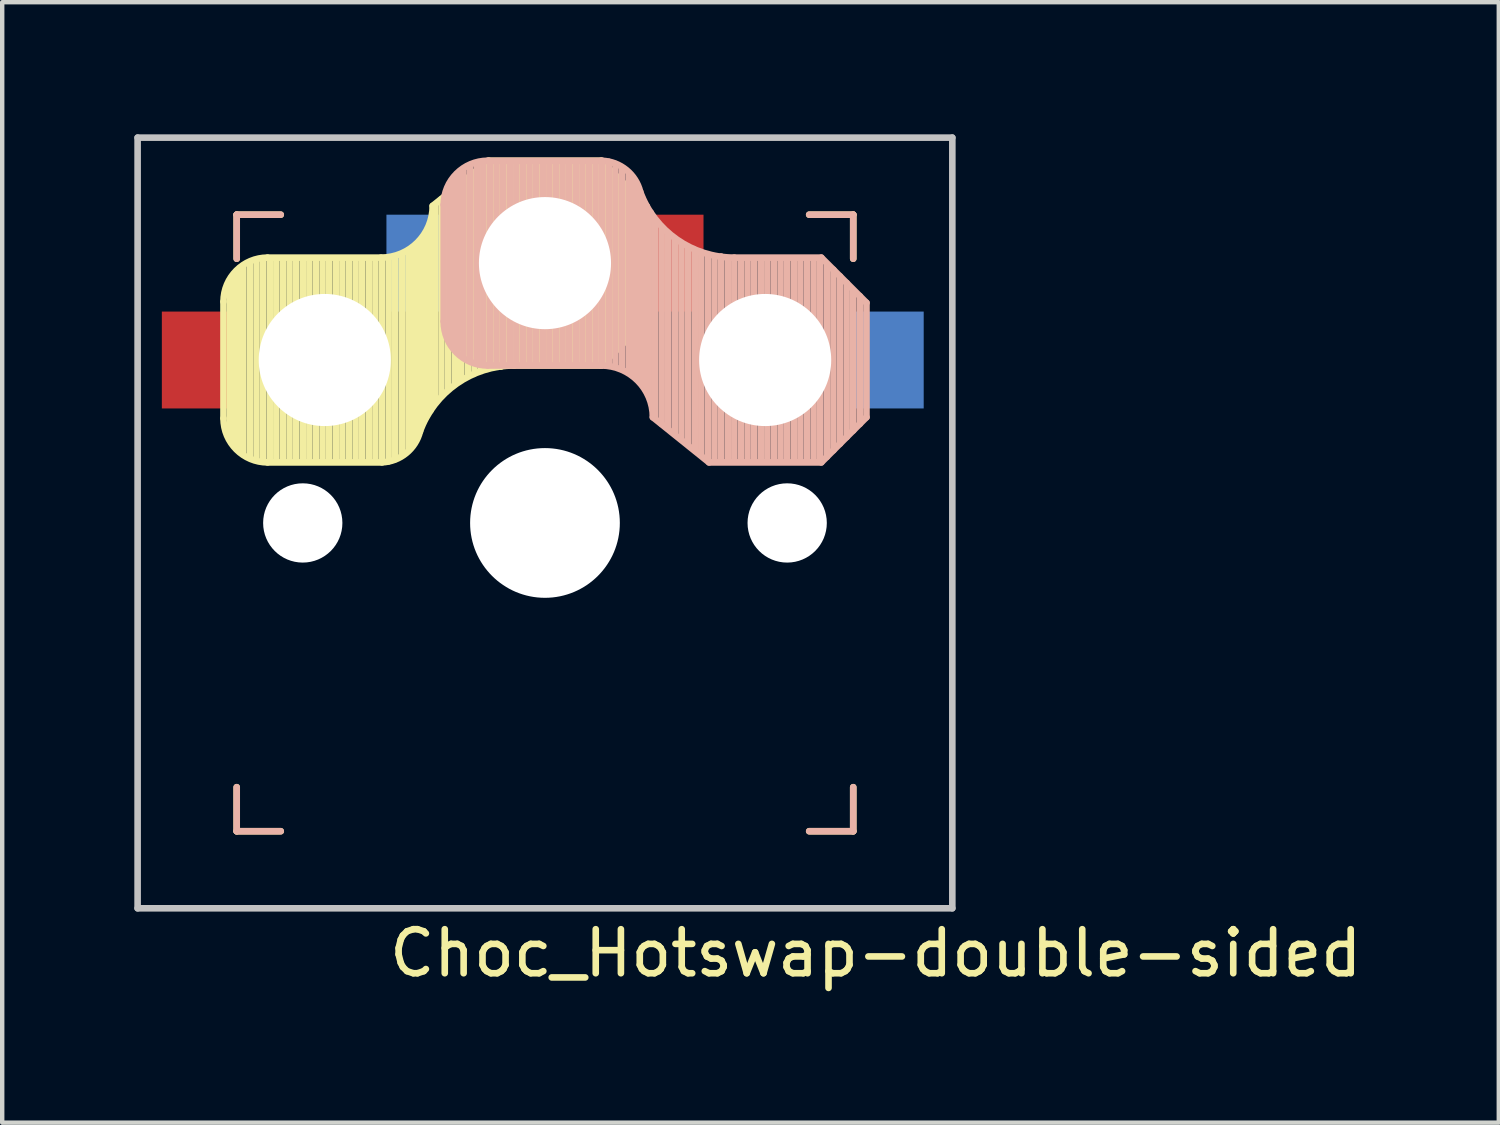
<source format=kicad_pcb>
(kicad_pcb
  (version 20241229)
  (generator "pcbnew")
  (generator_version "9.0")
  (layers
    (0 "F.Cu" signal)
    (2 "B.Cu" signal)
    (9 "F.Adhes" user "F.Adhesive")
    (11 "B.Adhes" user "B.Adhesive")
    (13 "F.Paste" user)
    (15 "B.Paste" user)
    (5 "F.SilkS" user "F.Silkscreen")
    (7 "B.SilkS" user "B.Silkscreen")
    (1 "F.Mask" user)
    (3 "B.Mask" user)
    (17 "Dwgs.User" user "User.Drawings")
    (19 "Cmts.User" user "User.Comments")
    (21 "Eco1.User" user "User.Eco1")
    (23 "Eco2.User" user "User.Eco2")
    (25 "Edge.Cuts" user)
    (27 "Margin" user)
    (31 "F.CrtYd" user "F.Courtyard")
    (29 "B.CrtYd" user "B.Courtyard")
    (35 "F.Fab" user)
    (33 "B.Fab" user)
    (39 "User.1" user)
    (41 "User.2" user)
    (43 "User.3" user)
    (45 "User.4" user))
  (footprint "Choc_Hotswap-double-sided"
    (layer "F.Cu")
    (at 9.325 8.825)
    (property "Reference" "Choc_Hotswap-double-sided" (at 7.51 9.77 0) (layer "F.SilkS") (effects (font (size 1 1) (thickness 0.15))))
    (attr through_hole)
    (fp_line (start -7.3 -5.025) (end -7.3 -2.375) (stroke (width 0.15) (type solid)) (layer "F.SilkS"))
    (fp_line (start -7.15 -1.95) (end -7.15 -5.5) (stroke (width 0.15) (type solid)) (layer "F.SilkS"))
    (fp_line (start -7.05 -1.8) (end -7.05 -5.55) (stroke (width 0.15) (type solid)) (layer "F.SilkS"))
    (fp_line (start -7 -7) (end -7 -6) (stroke (width 0.15) (type solid)) (layer "F.SilkS"))
    (fp_line (start -7 6) (end -7 7) (stroke (width 0.15) (type solid)) (layer "F.SilkS"))
    (fp_line (start -7 7) (end -6 7) (stroke (width 0.15) (type solid)) (layer "F.SilkS"))
    (fp_line (start -6.95 -1.7) (end -6.95 -5.65) (stroke (width 0.15) (type solid)) (layer "F.SilkS"))
    (fp_line (start -6.85 -1.6) (end -6.85 -5.8) (stroke (width 0.15) (type solid)) (layer "F.SilkS"))
    (fp_line (start -6.7 -1.5) (end -6.7 -5.9) (stroke (width 0.15) (type solid)) (layer "F.SilkS"))
    (fp_line (start -6.55 -1.45) (end -6.55 -5.95) (stroke (width 0.15) (type solid)) (layer "F.SilkS"))
    (fp_line (start -6.4 -1.4) (end -6.4 -5.95) (stroke (width 0.15) (type solid)) (layer "F.SilkS"))
    (fp_line (start -6.3 -6.025) (end -3.725 -6.025) (stroke (width 0.15) (type solid)) (layer "F.SilkS"))
    (fp_line (start -6.3 -1.375) (end -3.7 -1.375) (stroke (width 0.15) (type solid)) (layer "F.SilkS"))
    (fp_line (start -6.25 -1.4) (end -6.25 -6) (stroke (width 0.15) (type solid)) (layer "F.SilkS"))
    (fp_line (start -6.1 -1.4) (end -6.1 -6) (stroke (width 0.15) (type solid)) (layer "F.SilkS"))
    (fp_line (start -6 -7) (end -7 -7) (stroke (width 0.15) (type solid)) (layer "F.SilkS"))
    (fp_line (start -5.95 -1.4) (end -5.95 -6) (stroke (width 0.15) (type solid)) (layer "F.SilkS"))
    (fp_line (start -5.8 -1.4) (end -5.8 -6) (stroke (width 0.15) (type solid)) (layer "F.SilkS"))
    (fp_line (start -5.65 -1.4) (end -5.65 -6) (stroke (width 0.15) (type solid)) (layer "F.SilkS"))
    (fp_line (start -5.5 -1.4) (end -5.5 -6) (stroke (width 0.15) (type solid)) (layer "F.SilkS"))
    (fp_line (start -5.35 -1.4) (end -5.35 -6) (stroke (width 0.15) (type solid)) (layer "F.SilkS"))
    (fp_line (start -5.2 -1.4) (end -5.2 -6) (stroke (width 0.15) (type solid)) (layer "F.SilkS"))
    (fp_line (start -5.05 -1.4) (end -5.05 -6) (stroke (width 0.15) (type solid)) (layer "F.SilkS"))
    (fp_line (start -4.9 -1.4) (end -4.9 -6) (stroke (width 0.15) (type solid)) (layer "F.SilkS"))
    (fp_line (start -4.75 -1.4) (end -4.75 -6) (stroke (width 0.15) (type solid)) (layer "F.SilkS"))
    (fp_line (start -4.6 -1.4) (end -4.6 -6) (stroke (width 0.15) (type solid)) (layer "F.SilkS"))
    (fp_line (start -4.45 -1.4) (end -4.45 -6) (stroke (width 0.15) (type solid)) (layer "F.SilkS"))
    (fp_line (start -4.3 -1.4) (end -4.3 -6) (stroke (width 0.15) (type solid)) (layer "F.SilkS"))
    (fp_line (start -4.15 -1.4) (end -4.15 -6) (stroke (width 0.15) (type solid)) (layer "F.SilkS"))
    (fp_line (start -4 -1.4) (end -4 -6) (stroke (width 0.15) (type solid)) (layer "F.SilkS"))
    (fp_line (start -3.85 -1.4) (end -3.85 -5.95) (stroke (width 0.15) (type solid)) (layer "F.SilkS"))
    (fp_line (start -3.7 -1.4) (end -3.7 -6) (stroke (width 0.15) (type solid)) (layer "F.SilkS"))
    (fp_line (start -3.55 -1.4) (end -3.55 -6) (stroke (width 0.15) (type solid)) (layer "F.SilkS"))
    (fp_line (start -3.4 -1.45) (end -3.4 -6) (stroke (width 0.15) (type solid)) (layer "F.SilkS"))
    (fp_line (start -3.25 -1.55) (end -3.25 -6.1) (stroke (width 0.15) (type solid)) (layer "F.SilkS"))
    (fp_line (start -3.1 -1.65) (end -3.1 -6.15) (stroke (width 0.15) (type solid)) (layer "F.SilkS"))
    (fp_line (start -3 -1.8) (end -3 -6.2) (stroke (width 0.15) (type solid)) (layer "F.SilkS"))
    (fp_line (start -2.9 -2.05) (end -2.9 -6.25) (stroke (width 0.15) (type solid)) (layer "F.SilkS"))
    (fp_line (start -2.8 -2.2) (end -2.8 -6.35) (stroke (width 0.15) (type solid)) (layer "F.SilkS"))
    (fp_line (start -2.7 -2.4) (end -2.7 -6.55) (stroke (width 0.15) (type solid)) (layer "F.SilkS"))
    (fp_line (start -2.6 -2.55) (end -2.6 -6.7) (stroke (width 0.15) (type solid)) (layer "F.SilkS"))
    (fp_line (start -2.5 -2.75) (end -2.5 -7.2) (stroke (width 0.15) (type solid)) (layer "F.SilkS"))
    (fp_line (start -2.35 -2.9) (end -2.35 -7.35) (stroke (width 0.15) (type solid)) (layer "F.SilkS"))
    (fp_line (start -2.2 -3.05) (end -2.2 -7.45) (stroke (width 0.15) (type solid)) (layer "F.SilkS"))
    (fp_line (start -2.05 -3.15) (end -2.05 -7.55) (stroke (width 0.15) (type solid)) (layer "F.SilkS"))
    (fp_line (start -1.9 -3.25) (end -1.9 -7.7) (stroke (width 0.15) (type solid)) (layer "F.SilkS"))
    (fp_line (start -1.75 -3.35) (end -1.75 -7.8) (stroke (width 0.15) (type solid)) (layer "F.SilkS"))
    (fp_line (start -1.6 -3.4) (end -1.6 -7.95) (stroke (width 0.15) (type solid)) (layer "F.SilkS"))
    (fp_line (start -1.45 -3.5) (end -1.45 -8.05) (stroke (width 0.15) (type solid)) (layer "F.SilkS"))
    (fp_line (start -1.3 -3.55) (end -1.3 -8.15) (stroke (width 0.15) (type solid)) (layer "F.SilkS"))
    (fp_line (start -1.275 -8.225) (end -2.55 -7.2) (stroke (width 0.15) (type solid)) (layer "F.SilkS"))
    (fp_line (start -1.275 -8.225) (end 1.275 -8.225) (stroke (width 0.15) (type solid)) (layer "F.SilkS"))
    (fp_line (start -1.15 -3.55) (end -1.15 -8.2) (stroke (width 0.15) (type solid)) (layer "F.SilkS"))
    (fp_line (start -1 -3.55) (end -1 -8.2) (stroke (width 0.15) (type solid)) (layer "F.SilkS"))
    (fp_line (start -0.85 -3.6) (end -0.85 -8.15) (stroke (width 0.15) (type solid)) (layer "F.SilkS"))
    (fp_line (start -0.7 -3.6) (end -0.7 -8.2) (stroke (width 0.15) (type solid)) (layer "F.SilkS"))
    (fp_line (start -0.7 -3.575) (end 1.275 -3.575) (stroke (width 0.15) (type solid)) (layer "F.SilkS"))
    (fp_line (start -0.55 -3.6) (end -0.55 -8.2) (stroke (width 0.15) (type solid)) (layer "F.SilkS"))
    (fp_line (start -0.4 -3.6) (end -0.4 -8.2) (stroke (width 0.15) (type solid)) (layer "F.SilkS"))
    (fp_line (start -0.25 -3.6) (end -0.25 -8.2) (stroke (width 0.15) (type solid)) (layer "F.SilkS"))
    (fp_line (start -0.1 -3.6) (end -0.1 -8.2) (stroke (width 0.15) (type solid)) (layer "F.SilkS"))
    (fp_line (start 0.05 -3.6) (end 0.05 -8.2) (stroke (width 0.15) (type solid)) (layer "F.SilkS"))
    (fp_line (start 0.2 -3.6) (end 0.2 -8.2) (stroke (width 0.15) (type solid)) (layer "F.SilkS"))
    (fp_line (start 0.35 -3.6) (end 0.35 -8.2) (stroke (width 0.15) (type solid)) (layer "F.SilkS"))
    (fp_line (start 0.5 -3.6) (end 0.5 -8.2) (stroke (width 0.15) (type solid)) (layer "F.SilkS"))
    (fp_line (start 0.65 -3.6) (end 0.65 -8.2) (stroke (width 0.15) (type solid)) (layer "F.SilkS"))
    (fp_line (start 0.8 -3.6) (end 0.8 -8.2) (stroke (width 0.15) (type solid)) (layer "F.SilkS"))
    (fp_line (start 0.95 -3.6) (end 0.95 -8.2) (stroke (width 0.15) (type solid)) (layer "F.SilkS"))
    (fp_line (start 1.1 -3.6) (end 1.1 -8.2) (stroke (width 0.15) (type solid)) (layer "F.SilkS"))
    (fp_line (start 1.25 -3.6) (end 1.25 -8.2) (stroke (width 0.15) (type solid)) (layer "F.SilkS"))
    (fp_line (start 1.4 -3.75) (end 1.4 -8.1) (stroke (width 0.15) (type solid)) (layer "F.SilkS"))
    (fp_line (start 1.55 -3.85) (end 1.55 -7.95) (stroke (width 0.15) (type solid)) (layer "F.SilkS"))
    (fp_line (start 1.7 -4) (end 1.7 -7.8) (stroke (width 0.15) (type solid)) (layer "F.SilkS"))
    (fp_line (start 1.85 -4.15) (end 1.85 -7.65) (stroke (width 0.15) (type solid)) (layer "F.SilkS"))
    (fp_line (start 2 -4.35) (end 2 -7.5) (stroke (width 0.15) (type solid)) (layer "F.SilkS"))
    (fp_line (start 2.15 -4.45) (end 2.15 -7.35) (stroke (width 0.15) (type solid)) (layer "F.SilkS"))
    (fp_line (start 2.3 -7.2) (end 1.275 -8.225) (stroke (width 0.15) (type solid)) (layer "F.SilkS"))
    (fp_line (start 2.3 -7.2) (end 2.3 -4.6) (stroke (width 0.15) (type solid)) (layer "F.SilkS"))
    (fp_line (start 2.3 -4.6) (end 1.275 -3.575) (stroke (width 0.15) (type solid)) (layer "F.SilkS"))
    (fp_line (start 6 -7) (end 7 -7) (stroke (width 0.15) (type solid)) (layer "F.SilkS"))
    (fp_line (start 7 -7) (end 7 -6) (stroke (width 0.15) (type solid)) (layer "F.SilkS"))
    (fp_line (start 7 6) (end 7 7) (stroke (width 0.15) (type solid)) (layer "F.SilkS"))
    (fp_line (start 7 7) (end 6 7) (stroke (width 0.15) (type solid)) (layer "F.SilkS"))
    (fp_arc (start -7.3 -5.025) (mid -7.007107 -5.732107) (end -6.3 -6.025) (stroke (width 0.15) (type solid)) (layer "F.SilkS"))
    (fp_arc (start -6.3 -1.375) (mid -7.007107 -1.667893) (end -7.3 -2.375) (stroke (width 0.15) (type solid)) (layer "F.SilkS"))
    (fp_arc (start -2.837801 -2.078096) (mid -3.151716 -1.583979) (end -3.699005 -1.376209) (stroke (width 0.15) (type solid)) (layer "F.SilkS"))
    (fp_arc (start -2.837801 -2.078096) (mid -2.004887 -3.163571) (end -0.7 -3.575) (stroke (width 0.15) (type solid)) (layer "F.SilkS"))
    (fp_arc (start -2.55 -7.2) (mid -2.89415 -6.36915) (end -3.725 -6.025) (stroke (width 0.15) (type solid)) (layer "F.SilkS"))
    (fp_line (start -7 -7) (end -7 -6) (stroke (width 0.15) (type solid)) (layer "B.SilkS"))
    (fp_line (start -7 6) (end -7 7) (stroke (width 0.15) (type solid)) (layer "B.SilkS"))
    (fp_line (start -7 7) (end -6 7) (stroke (width 0.15) (type solid)) (layer "B.SilkS"))
    (fp_line (start -6 -7) (end -7 -7) (stroke (width 0.15) (type solid)) (layer "B.SilkS"))
    (fp_line (start -2.3 -4.575) (end -2.3 -7.225) (stroke (width 0.15) (type solid)) (layer "B.SilkS"))
    (fp_line (start -2.15 -7.65) (end -2.15 -4.1) (stroke (width 0.15) (type solid)) (layer "B.SilkS"))
    (fp_line (start -2.05 -7.8) (end -2.05 -4.05) (stroke (width 0.15) (type solid)) (layer "B.SilkS"))
    (fp_line (start -1.95 -7.9) (end -1.95 -3.95) (stroke (width 0.15) (type solid)) (layer "B.SilkS"))
    (fp_line (start -1.85 -8) (end -1.85 -3.8) (stroke (width 0.15) (type solid)) (layer "B.SilkS"))
    (fp_line (start -1.7 -8.1) (end -1.7 -3.7) (stroke (width 0.15) (type solid)) (layer "B.SilkS"))
    (fp_line (start -1.55 -8.15) (end -1.55 -3.65) (stroke (width 0.15) (type solid)) (layer "B.SilkS"))
    (fp_line (start -1.4 -8.2) (end -1.4 -3.65) (stroke (width 0.15) (type solid)) (layer "B.SilkS"))
    (fp_line (start -1.3 -8.225) (end 1.3 -8.225) (stroke (width 0.15) (type solid)) (layer "B.SilkS"))
    (fp_line (start -1.3 -3.575) (end 1.275 -3.575) (stroke (width 0.15) (type solid)) (layer "B.SilkS"))
    (fp_line (start -1.25 -8.2) (end -1.25 -3.6) (stroke (width 0.15) (type solid)) (layer "B.SilkS"))
    (fp_line (start -1.1 -8.2) (end -1.1 -3.6) (stroke (width 0.15) (type solid)) (layer "B.SilkS"))
    (fp_line (start -0.95 -8.2) (end -0.95 -3.6) (stroke (width 0.15) (type solid)) (layer "B.SilkS"))
    (fp_line (start -0.8 -8.2) (end -0.8 -3.6) (stroke (width 0.15) (type solid)) (layer "B.SilkS"))
    (fp_line (start -0.65 -8.2) (end -0.65 -3.6) (stroke (width 0.15) (type solid)) (layer "B.SilkS"))
    (fp_line (start -0.5 -8.2) (end -0.5 -3.6) (stroke (width 0.15) (type solid)) (layer "B.SilkS"))
    (fp_line (start -0.35 -8.2) (end -0.35 -3.6) (stroke (width 0.15) (type solid)) (layer "B.SilkS"))
    (fp_line (start -0.2 -8.2) (end -0.2 -3.6) (stroke (width 0.15) (type solid)) (layer "B.SilkS"))
    (fp_line (start -0.05 -8.2) (end -0.05 -3.6) (stroke (width 0.15) (type solid)) (layer "B.SilkS"))
    (fp_line (start 0.1 -8.2) (end 0.1 -3.6) (stroke (width 0.15) (type solid)) (layer "B.SilkS"))
    (fp_line (start 0.25 -8.2) (end 0.25 -3.6) (stroke (width 0.15) (type solid)) (layer "B.SilkS"))
    (fp_line (start 0.4 -8.2) (end 0.4 -3.6) (stroke (width 0.15) (type solid)) (layer "B.SilkS"))
    (fp_line (start 0.55 -8.2) (end 0.55 -3.6) (stroke (width 0.15) (type solid)) (layer "B.SilkS"))
    (fp_line (start 0.7 -8.2) (end 0.7 -3.6) (stroke (width 0.15) (type solid)) (layer "B.SilkS"))
    (fp_line (start 0.85 -8.2) (end 0.85 -3.6) (stroke (width 0.15) (type solid)) (layer "B.SilkS"))
    (fp_line (start 1 -8.2) (end 1 -3.6) (stroke (width 0.15) (type solid)) (layer "B.SilkS"))
    (fp_line (start 1.15 -8.2) (end 1.15 -3.65) (stroke (width 0.15) (type solid)) (layer "B.SilkS"))
    (fp_line (start 1.3 -8.2) (end 1.3 -3.6) (stroke (width 0.15) (type solid)) (layer "B.SilkS"))
    (fp_line (start 1.45 -8.2) (end 1.45 -3.6) (stroke (width 0.15) (type solid)) (layer "B.SilkS"))
    (fp_line (start 1.6 -8.15) (end 1.6 -3.6) (stroke (width 0.15) (type solid)) (layer "B.SilkS"))
    (fp_line (start 1.75 -8.05) (end 1.75 -3.5) (stroke (width 0.15) (type solid)) (layer "B.SilkS"))
    (fp_line (start 1.9 -7.95) (end 1.9 -3.45) (stroke (width 0.15) (type solid)) (layer "B.SilkS"))
    (fp_line (start 2 -7.8) (end 2 -3.4) (stroke (width 0.15) (type solid)) (layer "B.SilkS"))
    (fp_line (start 2.1 -7.55) (end 2.1 -3.35) (stroke (width 0.15) (type solid)) (layer "B.SilkS"))
    (fp_line (start 2.2 -7.4) (end 2.2 -3.25) (stroke (width 0.15) (type solid)) (layer "B.SilkS"))
    (fp_line (start 2.3 -7.2) (end 2.3 -3.05) (stroke (width 0.15) (type solid)) (layer "B.SilkS"))
    (fp_line (start 2.4 -7.05) (end 2.4 -2.9) (stroke (width 0.15) (type solid)) (layer "B.SilkS"))
    (fp_line (start 2.5 -6.85) (end 2.5 -2.4) (stroke (width 0.15) (type solid)) (layer "B.SilkS"))
    (fp_line (start 2.65 -6.7) (end 2.65 -2.25) (stroke (width 0.15) (type solid)) (layer "B.SilkS"))
    (fp_line (start 2.8 -6.55) (end 2.8 -2.15) (stroke (width 0.15) (type solid)) (layer "B.SilkS"))
    (fp_line (start 2.95 -6.45) (end 2.95 -2.05) (stroke (width 0.15) (type solid)) (layer "B.SilkS"))
    (fp_line (start 3.1 -6.35) (end 3.1 -1.9) (stroke (width 0.15) (type solid)) (layer "B.SilkS"))
    (fp_line (start 3.25 -6.25) (end 3.25 -1.8) (stroke (width 0.15) (type solid)) (layer "B.SilkS"))
    (fp_line (start 3.4 -6.2) (end 3.4 -1.65) (stroke (width 0.15) (type solid)) (layer "B.SilkS"))
    (fp_line (start 3.55 -6.1) (end 3.55 -1.55) (stroke (width 0.15) (type solid)) (layer "B.SilkS"))
    (fp_line (start 3.7 -6.05) (end 3.7 -1.45) (stroke (width 0.15) (type solid)) (layer "B.SilkS"))
    (fp_line (start 3.725 -1.375) (end 2.45 -2.4) (stroke (width 0.15) (type solid)) (layer "B.SilkS"))
    (fp_line (start 3.725 -1.375) (end 6.275 -1.375) (stroke (width 0.15) (type solid)) (layer "B.SilkS"))
    (fp_line (start 3.85 -6.05) (end 3.85 -1.4) (stroke (width 0.15) (type solid)) (layer "B.SilkS"))
    (fp_line (start 4 -6.05) (end 4 -1.4) (stroke (width 0.15) (type solid)) (layer "B.SilkS"))
    (fp_line (start 4.15 -6) (end 4.15 -1.45) (stroke (width 0.15) (type solid)) (layer "B.SilkS"))
    (fp_line (start 4.3 -6.025) (end 6.275 -6.025) (stroke (width 0.15) (type solid)) (layer "B.SilkS"))
    (fp_line (start 4.3 -6) (end 4.3 -1.4) (stroke (width 0.15) (type solid)) (layer "B.SilkS"))
    (fp_line (start 4.45 -6) (end 4.45 -1.4) (stroke (width 0.15) (type solid)) (layer "B.SilkS"))
    (fp_line (start 4.6 -6) (end 4.6 -1.4) (stroke (width 0.15) (type solid)) (layer "B.SilkS"))
    (fp_line (start 4.75 -6) (end 4.75 -1.4) (stroke (width 0.15) (type solid)) (layer "B.SilkS"))
    (fp_line (start 4.9 -6) (end 4.9 -1.4) (stroke (width 0.15) (type solid)) (layer "B.SilkS"))
    (fp_line (start 5.05 -6) (end 5.05 -1.4) (stroke (width 0.15) (type solid)) (layer "B.SilkS"))
    (fp_line (start 5.2 -6) (end 5.2 -1.4) (stroke (width 0.15) (type solid)) (layer "B.SilkS"))
    (fp_line (start 5.35 -6) (end 5.35 -1.4) (stroke (width 0.15) (type solid)) (layer "B.SilkS"))
    (fp_line (start 5.5 -6) (end 5.5 -1.4) (stroke (width 0.15) (type solid)) (layer "B.SilkS"))
    (fp_line (start 5.65 -6) (end 5.65 -1.4) (stroke (width 0.15) (type solid)) (layer "B.SilkS"))
    (fp_line (start 5.8 -6) (end 5.8 -1.4) (stroke (width 0.15) (type solid)) (layer "B.SilkS"))
    (fp_line (start 5.95 -6) (end 5.95 -1.4) (stroke (width 0.15) (type solid)) (layer "B.SilkS"))
    (fp_line (start 6 -7) (end 7 -7) (stroke (width 0.15) (type solid)) (layer "B.SilkS"))
    (fp_line (start 6.1 -6) (end 6.1 -1.4) (stroke (width 0.15) (type solid)) (layer "B.SilkS"))
    (fp_line (start 6.25 -6) (end 6.25 -1.4) (stroke (width 0.15) (type solid)) (layer "B.SilkS"))
    (fp_line (start 6.4 -5.85) (end 6.4 -1.5) (stroke (width 0.15) (type solid)) (layer "B.SilkS"))
    (fp_line (start 6.55 -5.75) (end 6.55 -1.65) (stroke (width 0.15) (type solid)) (layer "B.SilkS"))
    (fp_line (start 6.7 -5.6) (end 6.7 -1.8) (stroke (width 0.15) (type solid)) (layer "B.SilkS"))
    (fp_line (start 6.85 -5.45) (end 6.85 -1.95) (stroke (width 0.15) (type solid)) (layer "B.SilkS"))
    (fp_line (start 7 -7) (end 7 -6) (stroke (width 0.15) (type solid)) (layer "B.SilkS"))
    (fp_line (start 7 -5.25) (end 7 -2.1) (stroke (width 0.15) (type solid)) (layer "B.SilkS"))
    (fp_line (start 7 6) (end 7 7) (stroke (width 0.15) (type solid)) (layer "B.SilkS"))
    (fp_line (start 7 7) (end 6 7) (stroke (width 0.15) (type solid)) (layer "B.SilkS"))
    (fp_line (start 7.15 -5.15) (end 7.15 -2.25) (stroke (width 0.15) (type solid)) (layer "B.SilkS"))
    (fp_line (start 7.3 -5) (end 6.275 -6.025) (stroke (width 0.15) (type solid)) (layer "B.SilkS"))
    (fp_line (start 7.3 -2.4) (end 6.275 -1.375) (stroke (width 0.15) (type solid)) (layer "B.SilkS"))
    (fp_line (start 7.3 -2.4) (end 7.3 -5) (stroke (width 0.15) (type solid)) (layer "B.SilkS"))
    (fp_arc (start -2.3 -7.225) (mid -2.007107 -7.932107) (end -1.3 -8.225) (stroke (width 0.15) (type solid)) (layer "B.SilkS"))
    (fp_arc (start -1.3 -3.575) (mid -2.007107 -3.867893) (end -2.3 -4.575) (stroke (width 0.15) (type solid)) (layer "B.SilkS"))
    (fp_arc (start 1.275 -3.575) (mid 2.10585 -3.23085) (end 2.45 -2.4) (stroke (width 0.15) (type solid)) (layer "B.SilkS"))
    (fp_arc (start 1.300995 -8.223791) (mid 1.848284 -8.016021) (end 2.162199 -7.521904) (stroke (width 0.15) (type solid)) (layer "B.SilkS"))
    (fp_arc (start 4.3 -6.025) (mid 2.995114 -6.436429) (end 2.162199 -7.521904) (stroke (width 0.15) (type solid)) (layer "B.SilkS"))
    (fp_line (start -9.25 -8.75) (end 9.25 -8.75) (stroke (width 0.15) (type solid)) (layer "Dwgs.User"))
    (fp_line (start -9.25 8.75) (end -9.25 -8.75) (stroke (width 0.15) (type solid)) (layer "Dwgs.User"))
    (fp_line (start 9.25 -8.75) (end 9.25 8.75) (stroke (width 0.15) (type solid)) (layer "Dwgs.User"))
    (fp_line (start 9.25 8.75) (end -9.25 8.75) (stroke (width 0.15) (type solid)) (layer "Dwgs.User"))
    (fp_line (start -8.75 -8.25) (end -8.75 8.25) (stroke (width 0.1) (type solid)) (layer "Margin"))
    (fp_line (start 8.75 -8.25) (end -8.75 -8.25) (stroke (width 0.1) (type solid)) (layer "Margin"))
    (fp_line (start 8.75 -8.25) (end 8.75 8.25) (stroke (width 0.1) (type solid)) (layer "Margin"))
    (fp_line (start 8.75 8.25) (end -8.75 8.25) (stroke (width 0.1) (type solid)) (layer "Margin"))
    (pad "" np_thru_hole circle (at -5.5 0 270) (size 1.8 1.8) (drill 1.8) (layers "*.Cu" "*.Mask"))
    (pad "" np_thru_hole circle (at -5 -3.7 90) (size 3 3) (drill 3) (layers "*.Cu" "*.Mask"))
    (pad "" np_thru_hole circle (at 0 -5.9 270) (size 3 3) (drill 3) (layers "*.Cu" "*.Mask"))
    (pad "" np_thru_hole circle (at 0 0 270) (size 3.4 3.4) (drill 3.4) (layers "*.Cu" "*.Mask"))
    (pad "" np_thru_hole circle (at 5 -3.7 270) (size 3 3) (drill 3) (layers "*.Cu" "*.Mask"))
    (pad "" np_thru_hole circle (at 5.5 0 270) (size 1.8 1.8) (drill 1.8) (layers "*.Cu" "*.Mask"))
    (pad "5" smd rect (at -2.8 -5.9) (size 1.6 2.2) (layers "B.Cu" "B.Mask" "B.Paste"))
    (pad "5" smd rect (at 2.8 -5.9) (size 1.6 2.2) (layers "F.Cu" "F.Mask" "F.Paste"))
    (pad "6" smd rect (at -7.9 -3.7) (size 1.6 2.2) (layers "F.Cu" "F.Mask" "F.Paste"))
    (pad "6" smd rect (at 7.8 -3.7) (size 1.6 2.2) (layers "B.Cu" "B.Mask" "B.Paste")))
  (gr_rect
    (start -3 -3)
    (end 30.984 22.443)
    (stroke (width 0.1) (type default))
    (fill no)
    (layer "Edge.Cuts")))
</source>
